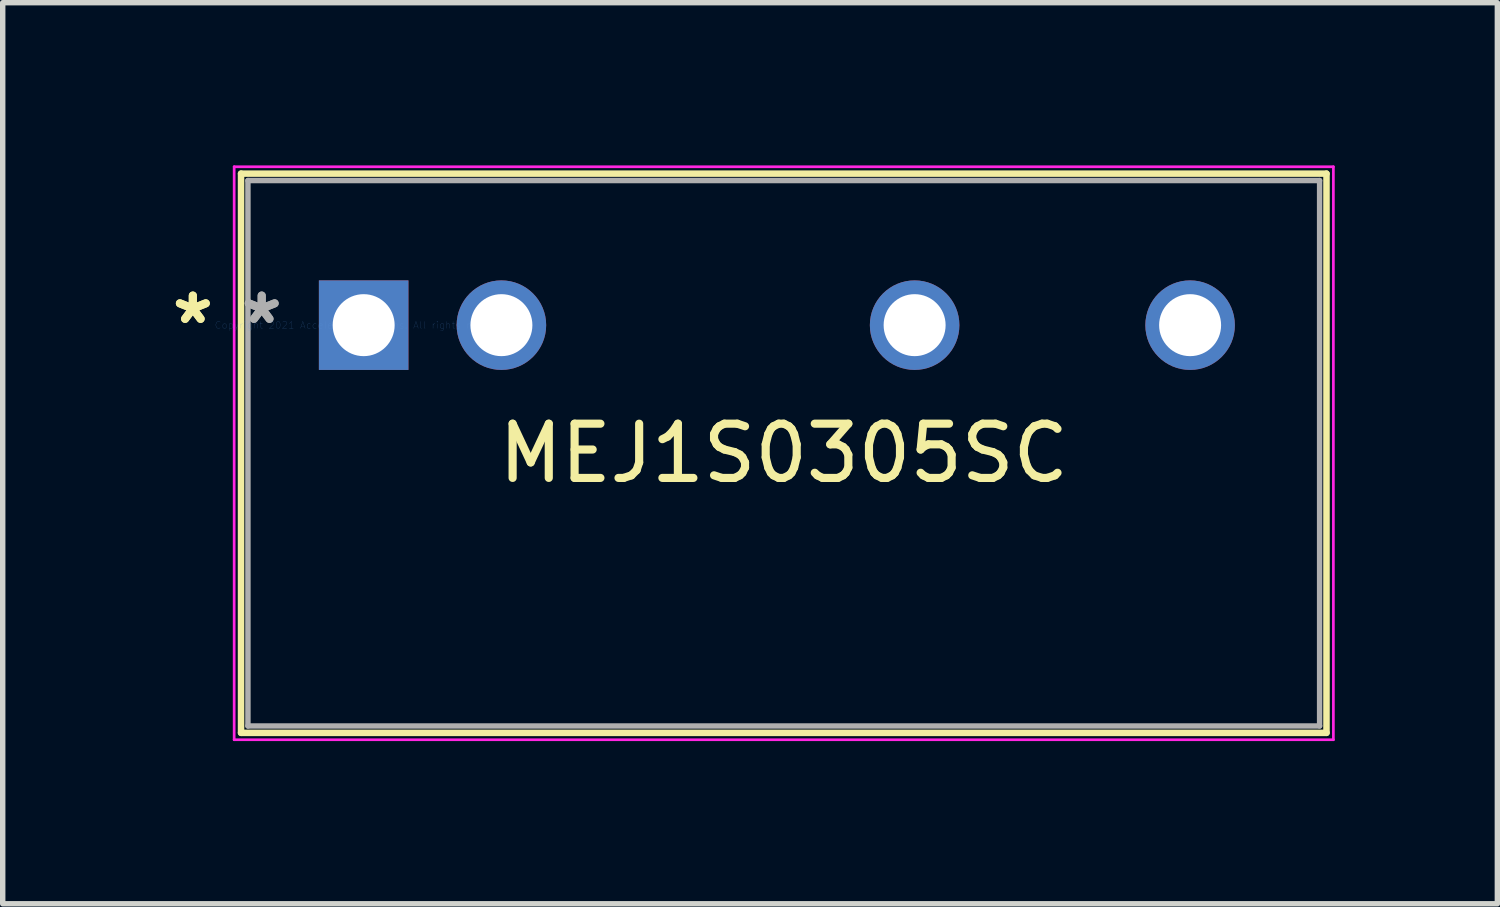
<source format=kicad_pcb>
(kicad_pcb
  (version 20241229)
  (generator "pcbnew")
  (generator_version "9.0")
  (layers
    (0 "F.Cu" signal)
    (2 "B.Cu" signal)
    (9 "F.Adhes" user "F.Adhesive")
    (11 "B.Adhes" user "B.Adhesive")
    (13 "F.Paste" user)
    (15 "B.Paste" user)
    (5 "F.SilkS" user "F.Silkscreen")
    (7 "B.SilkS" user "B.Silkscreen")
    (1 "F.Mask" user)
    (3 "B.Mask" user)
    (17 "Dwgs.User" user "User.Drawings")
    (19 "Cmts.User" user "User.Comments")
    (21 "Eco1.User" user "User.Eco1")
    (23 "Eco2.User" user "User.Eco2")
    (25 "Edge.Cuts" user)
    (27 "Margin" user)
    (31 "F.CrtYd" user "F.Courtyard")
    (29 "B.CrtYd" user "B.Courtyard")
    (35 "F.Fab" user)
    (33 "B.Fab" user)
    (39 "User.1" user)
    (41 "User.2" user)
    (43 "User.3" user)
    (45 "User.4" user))
  (footprint "MEJ1S0305SC"
    (layer "F.Cu")
    (at 3.656 2.946)
    (property "Reference" "MEJ1S0305SC" (at 7.747 2.362 0) (layer "F.SilkS") (effects (font (size 1 1) (thickness 0.15))))
    (attr through_hole)
    (fp_line (start -2.261 -2.794) (end -2.261 7.518) (stroke (width 0.12) (type solid)) (layer "F.SilkS"))
    (fp_line (start -2.261 7.518) (end 17.755 7.518) (stroke (width 0.12) (type solid)) (layer "F.SilkS"))
    (fp_line (start 17.755 -2.794) (end -2.261 -2.794) (stroke (width 0.12) (type solid)) (layer "F.SilkS"))
    (fp_line (start 17.755 7.518) (end 17.755 -2.794) (stroke (width 0.12) (type solid)) (layer "F.SilkS"))
    (fp_line (start -2.388 -2.921) (end 17.882 -2.921) (stroke (width 0.05) (type solid)) (layer "F.CrtYd"))
    (fp_line (start -2.388 7.645) (end -2.388 -2.921) (stroke (width 0.05) (type solid)) (layer "F.CrtYd"))
    (fp_line (start 17.882 -2.921) (end 17.882 7.645) (stroke (width 0.05) (type solid)) (layer "F.CrtYd"))
    (fp_line (start 17.882 7.645) (end -2.388 7.645) (stroke (width 0.05) (type solid)) (layer "F.CrtYd"))
    (fp_line (start -2.134 -2.667) (end -2.134 7.391) (stroke (width 0.1) (type solid)) (layer "F.Fab"))
    (fp_line (start -2.134 7.391) (end 17.628 7.391) (stroke (width 0.1) (type solid)) (layer "F.Fab"))
    (fp_line (start 17.628 -2.667) (end -2.134 -2.667) (stroke (width 0.1) (type solid)) (layer "F.Fab"))
    (fp_line (start 17.628 7.391) (end 17.628 -2.667) (stroke (width 0.1) (type solid)) (layer "F.Fab"))
    (fp_text user "*" (at -3.15 0 0) (layer "F.SilkS") (effects (font (size 1 1) (thickness 0.15))))
    (fp_text user "*" (at -3.15 0 0) (layer "F.SilkS") (effects (font (size 1 1) (thickness 0.15))))
    (fp_text user "Copyright 2021 Accelerated Designs. All rights reserved." (at 0 0 0) (layer "Cmts.User") (effects (font (size 0.127 0.127) (thickness 0.002))))
    (fp_text user "*" (at -1.88 0 0) (layer "F.Fab") (effects (font (size 1 1) (thickness 0.15))))
    (fp_text user "*" (at -1.88 0 0) (layer "F.Fab") (effects (font (size 1 1) (thickness 0.15))))
    (pad "1" thru_hole rect (at 0 0) (size 1.651 1.651) (drill 1.143) (layers "*.Cu" "*.Mask"))
    (pad "2" thru_hole circle (at 2.54 0) (size 1.651 1.651) (drill 1.143) (layers "*.Cu" "*.Mask"))
    (pad "5" thru_hole circle (at 10.16 0) (size 1.651 1.651) (drill 1.143) (layers "*.Cu" "*.Mask"))
    (pad "7" thru_hole circle (at 15.24 0) (size 1.651 1.651) (drill 1.143) (layers "*.Cu" "*.Mask")))
  (gr_rect
    (start -3 -3)
    (end 24.562 13.616)
    (stroke (width 0.1) (type default))
    (fill no)
    (layer "Edge.Cuts")))
</source>
